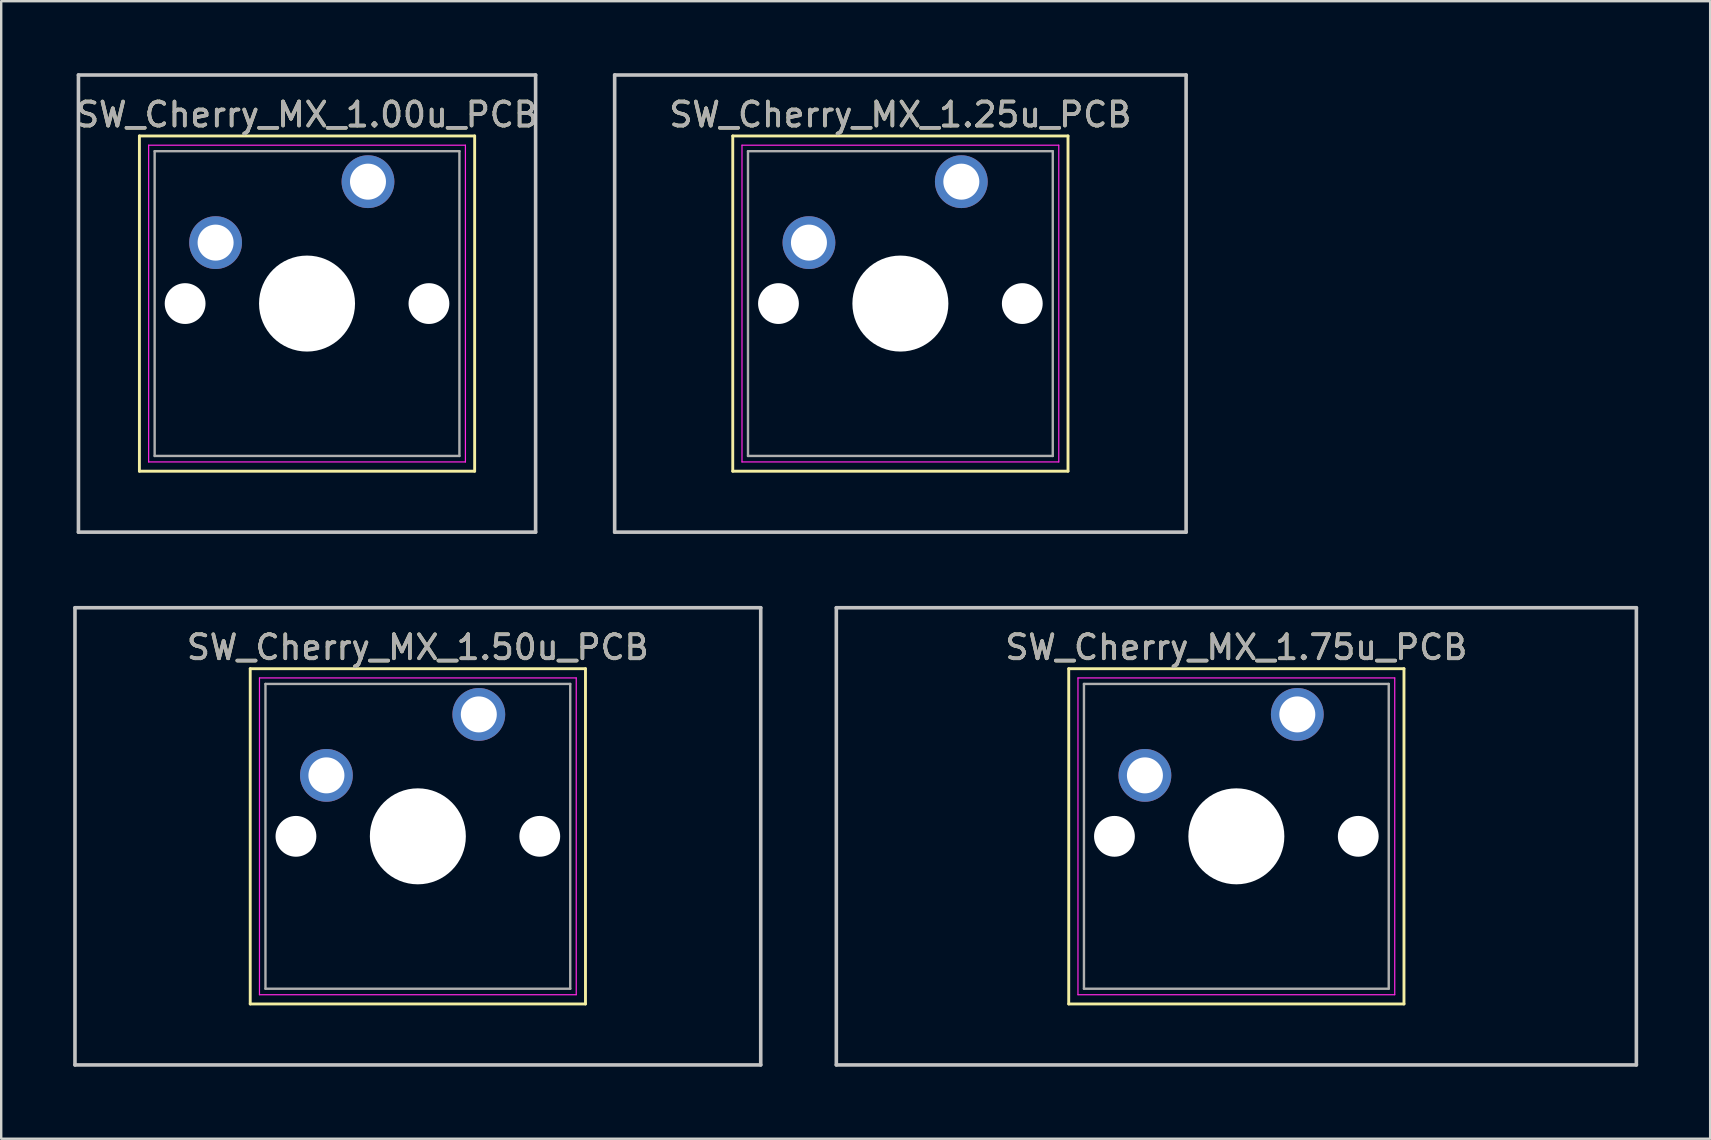
<source format=kicad_pcb>
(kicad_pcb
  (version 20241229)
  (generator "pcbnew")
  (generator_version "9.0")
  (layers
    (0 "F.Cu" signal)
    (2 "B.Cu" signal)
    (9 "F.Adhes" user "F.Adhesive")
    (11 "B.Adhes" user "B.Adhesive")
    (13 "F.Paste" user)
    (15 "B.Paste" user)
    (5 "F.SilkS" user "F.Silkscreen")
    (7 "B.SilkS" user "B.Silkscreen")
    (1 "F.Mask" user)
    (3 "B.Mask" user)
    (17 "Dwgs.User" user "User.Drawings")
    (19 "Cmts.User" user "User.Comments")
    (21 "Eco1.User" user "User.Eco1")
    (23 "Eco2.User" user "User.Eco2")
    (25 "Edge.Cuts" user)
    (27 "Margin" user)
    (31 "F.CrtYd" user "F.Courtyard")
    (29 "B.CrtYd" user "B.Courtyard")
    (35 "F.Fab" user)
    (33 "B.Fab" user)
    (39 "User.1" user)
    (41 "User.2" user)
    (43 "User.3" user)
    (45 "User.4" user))
  (footprint "SW_Cherry_MX_1.50u_PCB"
    (layer "F.Cu")
    (at 16.902 26.72)
    (property "Reference" "SW_Cherry_MX_1.50u_PCB" (at -2.54 -2.794 0) (layer "F.SilkS") (effects (font (size 1 1) (thickness 0.15))))
    (attr through_hole)
    (fp_line (start -9.525 -1.905) (end 4.445 -1.905) (stroke (width 0.12) (type solid)) (layer "F.SilkS"))
    (fp_line (start -9.525 12.065) (end -9.525 -1.905) (stroke (width 0.12) (type solid)) (layer "F.SilkS"))
    (fp_line (start 4.445 -1.905) (end 4.445 12.065) (stroke (width 0.12) (type solid)) (layer "F.SilkS"))
    (fp_line (start 4.445 12.065) (end -9.525 12.065) (stroke (width 0.12) (type solid)) (layer "F.SilkS"))
    (fp_line (start -16.828 -4.445) (end 11.748 -4.445) (stroke (width 0.15) (type solid)) (layer "Dwgs.User"))
    (fp_line (start -16.828 14.605) (end -16.828 -4.445) (stroke (width 0.15) (type solid)) (layer "Dwgs.User"))
    (fp_line (start 11.748 -4.445) (end 11.748 14.605) (stroke (width 0.15) (type solid)) (layer "Dwgs.User"))
    (fp_line (start 11.748 14.605) (end -16.828 14.605) (stroke (width 0.15) (type solid)) (layer "Dwgs.User"))
    (fp_line (start -9.14 -1.52) (end 4.06 -1.52) (stroke (width 0.05) (type solid)) (layer "F.CrtYd"))
    (fp_line (start -9.14 11.68) (end -9.14 -1.52) (stroke (width 0.05) (type solid)) (layer "F.CrtYd"))
    (fp_line (start 4.06 -1.52) (end 4.06 11.68) (stroke (width 0.05) (type solid)) (layer "F.CrtYd"))
    (fp_line (start 4.06 11.68) (end -9.14 11.68) (stroke (width 0.05) (type solid)) (layer "F.CrtYd"))
    (fp_line (start -8.89 -1.27) (end 3.81 -1.27) (stroke (width 0.1) (type solid)) (layer "F.Fab"))
    (fp_line (start -8.89 11.43) (end -8.89 -1.27) (stroke (width 0.1) (type solid)) (layer "F.Fab"))
    (fp_line (start 3.81 -1.27) (end 3.81 11.43) (stroke (width 0.1) (type solid)) (layer "F.Fab"))
    (fp_line (start 3.81 11.43) (end -8.89 11.43) (stroke (width 0.1) (type solid)) (layer "F.Fab"))
    (fp_text user "${REFERENCE}" (at -2.54 -2.794 0) (layer "F.Fab") (effects (font (size 1 1) (thickness 0.15))))
    (pad "" np_thru_hole circle (at -7.62 5.08) (size 1.7 1.7) (drill 1.7) (layers "*.Cu" "*.Mask"))
    (pad "" np_thru_hole circle (at -2.54 5.08) (size 4 4) (drill 4) (layers "*.Cu" "*.Mask"))
    (pad "" np_thru_hole circle (at 2.54 5.08) (size 1.7 1.7) (drill 1.7) (layers "*.Cu" "*.Mask"))
    (pad "1" thru_hole circle (at 0 0) (size 2.2 2.2) (drill 1.5) (layers "*.Cu" "*.Mask"))
    (pad "2" thru_hole circle (at -6.35 2.54) (size 2.2 2.2) (drill 1.5) (layers "*.Cu" "*.Mask")))
  (footprint "SW_Cherry_MX_1.25u_PCB"
    (layer "F.Cu")
    (at 37.009 4.52)
    (property "Reference" "SW_Cherry_MX_1.25u_PCB" (at -2.54 -2.794 0) (layer "F.SilkS") (effects (font (size 1 1) (thickness 0.15))))
    (attr through_hole)
    (fp_line (start -9.525 -1.905) (end 4.445 -1.905) (stroke (width 0.12) (type solid)) (layer "F.SilkS"))
    (fp_line (start -9.525 12.065) (end -9.525 -1.905) (stroke (width 0.12) (type solid)) (layer "F.SilkS"))
    (fp_line (start 4.445 -1.905) (end 4.445 12.065) (stroke (width 0.12) (type solid)) (layer "F.SilkS"))
    (fp_line (start 4.445 12.065) (end -9.525 12.065) (stroke (width 0.12) (type solid)) (layer "F.SilkS"))
    (fp_line (start -14.446 -4.445) (end 9.366 -4.445) (stroke (width 0.15) (type solid)) (layer "Dwgs.User"))
    (fp_line (start -14.446 14.605) (end -14.446 -4.445) (stroke (width 0.15) (type solid)) (layer "Dwgs.User"))
    (fp_line (start 9.366 -4.445) (end 9.366 14.605) (stroke (width 0.15) (type solid)) (layer "Dwgs.User"))
    (fp_line (start 9.366 14.605) (end -14.446 14.605) (stroke (width 0.15) (type solid)) (layer "Dwgs.User"))
    (fp_line (start -9.14 -1.52) (end 4.06 -1.52) (stroke (width 0.05) (type solid)) (layer "F.CrtYd"))
    (fp_line (start -9.14 11.68) (end -9.14 -1.52) (stroke (width 0.05) (type solid)) (layer "F.CrtYd"))
    (fp_line (start 4.06 -1.52) (end 4.06 11.68) (stroke (width 0.05) (type solid)) (layer "F.CrtYd"))
    (fp_line (start 4.06 11.68) (end -9.14 11.68) (stroke (width 0.05) (type solid)) (layer "F.CrtYd"))
    (fp_line (start -8.89 -1.27) (end 3.81 -1.27) (stroke (width 0.1) (type solid)) (layer "F.Fab"))
    (fp_line (start -8.89 11.43) (end -8.89 -1.27) (stroke (width 0.1) (type solid)) (layer "F.Fab"))
    (fp_line (start 3.81 -1.27) (end 3.81 11.43) (stroke (width 0.1) (type solid)) (layer "F.Fab"))
    (fp_line (start 3.81 11.43) (end -8.89 11.43) (stroke (width 0.1) (type solid)) (layer "F.Fab"))
    (fp_text user "${REFERENCE}" (at -2.54 -2.794 0) (layer "F.Fab") (effects (font (size 1 1) (thickness 0.15))))
    (pad "" np_thru_hole circle (at -7.62 5.08) (size 1.7 1.7) (drill 1.7) (layers "*.Cu" "*.Mask"))
    (pad "" np_thru_hole circle (at -2.54 5.08) (size 4 4) (drill 4) (layers "*.Cu" "*.Mask"))
    (pad "" np_thru_hole circle (at 2.54 5.08) (size 1.7 1.7) (drill 1.7) (layers "*.Cu" "*.Mask"))
    (pad "1" thru_hole circle (at 0 0) (size 2.2 2.2) (drill 1.5) (layers "*.Cu" "*.Mask"))
    (pad "2" thru_hole circle (at -6.35 2.54) (size 2.2 2.2) (drill 1.5) (layers "*.Cu" "*.Mask")))
  (footprint "SW_Cherry_MX_1.00u_PCB"
    (layer "F.Cu")
    (at 12.284 4.52)
    (property "Reference" "SW_Cherry_MX_1.00u_PCB" (at -2.54 -2.794 0) (layer "F.SilkS") (effects (font (size 1 1) (thickness 0.15))))
    (attr through_hole)
    (fp_line (start -9.525 -1.905) (end 4.445 -1.905) (stroke (width 0.12) (type solid)) (layer "F.SilkS"))
    (fp_line (start -9.525 12.065) (end -9.525 -1.905) (stroke (width 0.12) (type solid)) (layer "F.SilkS"))
    (fp_line (start 4.445 -1.905) (end 4.445 12.065) (stroke (width 0.12) (type solid)) (layer "F.SilkS"))
    (fp_line (start 4.445 12.065) (end -9.525 12.065) (stroke (width 0.12) (type solid)) (layer "F.SilkS"))
    (fp_line (start -12.065 -4.445) (end 6.985 -4.445) (stroke (width 0.15) (type solid)) (layer "Dwgs.User"))
    (fp_line (start -12.065 14.605) (end -12.065 -4.445) (stroke (width 0.15) (type solid)) (layer "Dwgs.User"))
    (fp_line (start 6.985 -4.445) (end 6.985 14.605) (stroke (width 0.15) (type solid)) (layer "Dwgs.User"))
    (fp_line (start 6.985 14.605) (end -12.065 14.605) (stroke (width 0.15) (type solid)) (layer "Dwgs.User"))
    (fp_line (start -9.14 -1.52) (end 4.06 -1.52) (stroke (width 0.05) (type solid)) (layer "F.CrtYd"))
    (fp_line (start -9.14 11.68) (end -9.14 -1.52) (stroke (width 0.05) (type solid)) (layer "F.CrtYd"))
    (fp_line (start 4.06 -1.52) (end 4.06 11.68) (stroke (width 0.05) (type solid)) (layer "F.CrtYd"))
    (fp_line (start 4.06 11.68) (end -9.14 11.68) (stroke (width 0.05) (type solid)) (layer "F.CrtYd"))
    (fp_line (start -8.89 -1.27) (end 3.81 -1.27) (stroke (width 0.1) (type solid)) (layer "F.Fab"))
    (fp_line (start -8.89 11.43) (end -8.89 -1.27) (stroke (width 0.1) (type solid)) (layer "F.Fab"))
    (fp_line (start 3.81 -1.27) (end 3.81 11.43) (stroke (width 0.1) (type solid)) (layer "F.Fab"))
    (fp_line (start 3.81 11.43) (end -8.89 11.43) (stroke (width 0.1) (type solid)) (layer "F.Fab"))
    (fp_text user "${REFERENCE}" (at -2.54 -2.794 0) (layer "F.Fab") (effects (font (size 1 1) (thickness 0.15))))
    (pad "" np_thru_hole circle (at -7.62 5.08) (size 1.7 1.7) (drill 1.7) (layers "*.Cu" "*.Mask"))
    (pad "" np_thru_hole circle (at -2.54 5.08) (size 4 4) (drill 4) (layers "*.Cu" "*.Mask"))
    (pad "" np_thru_hole circle (at 2.54 5.08) (size 1.7 1.7) (drill 1.7) (layers "*.Cu" "*.Mask"))
    (pad "1" thru_hole circle (at 0 0) (size 2.2 2.2) (drill 1.5) (layers "*.Cu" "*.Mask"))
    (pad "2" thru_hole circle (at -6.35 2.54) (size 2.2 2.2) (drill 1.5) (layers "*.Cu" "*.Mask")))
  (footprint "SW_Cherry_MX_1.75u_PCB"
    (layer "F.Cu")
    (at 51.009 26.72)
    (property "Reference" "SW_Cherry_MX_1.75u_PCB" (at -2.54 -2.794 0) (layer "F.SilkS") (effects (font (size 1 1) (thickness 0.15))))
    (attr through_hole)
    (fp_line (start -9.525 -1.905) (end 4.445 -1.905) (stroke (width 0.12) (type solid)) (layer "F.SilkS"))
    (fp_line (start -9.525 12.065) (end -9.525 -1.905) (stroke (width 0.12) (type solid)) (layer "F.SilkS"))
    (fp_line (start 4.445 -1.905) (end 4.445 12.065) (stroke (width 0.12) (type solid)) (layer "F.SilkS"))
    (fp_line (start 4.445 12.065) (end -9.525 12.065) (stroke (width 0.12) (type solid)) (layer "F.SilkS"))
    (fp_line (start -19.209 -4.445) (end 14.129 -4.445) (stroke (width 0.15) (type solid)) (layer "Dwgs.User"))
    (fp_line (start -19.209 14.605) (end -19.209 -4.445) (stroke (width 0.15) (type solid)) (layer "Dwgs.User"))
    (fp_line (start 14.129 -4.445) (end 14.129 14.605) (stroke (width 0.15) (type solid)) (layer "Dwgs.User"))
    (fp_line (start 14.129 14.605) (end -19.209 14.605) (stroke (width 0.15) (type solid)) (layer "Dwgs.User"))
    (fp_line (start -9.14 -1.52) (end 4.06 -1.52) (stroke (width 0.05) (type solid)) (layer "F.CrtYd"))
    (fp_line (start -9.14 11.68) (end -9.14 -1.52) (stroke (width 0.05) (type solid)) (layer "F.CrtYd"))
    (fp_line (start 4.06 -1.52) (end 4.06 11.68) (stroke (width 0.05) (type solid)) (layer "F.CrtYd"))
    (fp_line (start 4.06 11.68) (end -9.14 11.68) (stroke (width 0.05) (type solid)) (layer "F.CrtYd"))
    (fp_line (start -8.89 -1.27) (end 3.81 -1.27) (stroke (width 0.1) (type solid)) (layer "F.Fab"))
    (fp_line (start -8.89 11.43) (end -8.89 -1.27) (stroke (width 0.1) (type solid)) (layer "F.Fab"))
    (fp_line (start 3.81 -1.27) (end 3.81 11.43) (stroke (width 0.1) (type solid)) (layer "F.Fab"))
    (fp_line (start 3.81 11.43) (end -8.89 11.43) (stroke (width 0.1) (type solid)) (layer "F.Fab"))
    (fp_text user "${REFERENCE}" (at -2.54 -2.794 0) (layer "F.Fab") (effects (font (size 1 1) (thickness 0.15))))
    (pad "" np_thru_hole circle (at -7.62 5.08) (size 1.7 1.7) (drill 1.7) (layers "*.Cu" "*.Mask"))
    (pad "" np_thru_hole circle (at -2.54 5.08) (size 4 4) (drill 4) (layers "*.Cu" "*.Mask"))
    (pad "" np_thru_hole circle (at 2.54 5.08) (size 1.7 1.7) (drill 1.7) (layers "*.Cu" "*.Mask"))
    (pad "1" thru_hole circle (at 0 0) (size 2.2 2.2) (drill 1.5) (layers "*.Cu" "*.Mask"))
    (pad "2" thru_hole circle (at -6.35 2.54) (size 2.2 2.2) (drill 1.5) (layers "*.Cu" "*.Mask")))
  (gr_rect
    (start -3 -3)
    (end 68.213 44.4)
    (stroke (width 0.1) (type default))
    (fill no)
    (layer "Edge.Cuts")))
</source>
